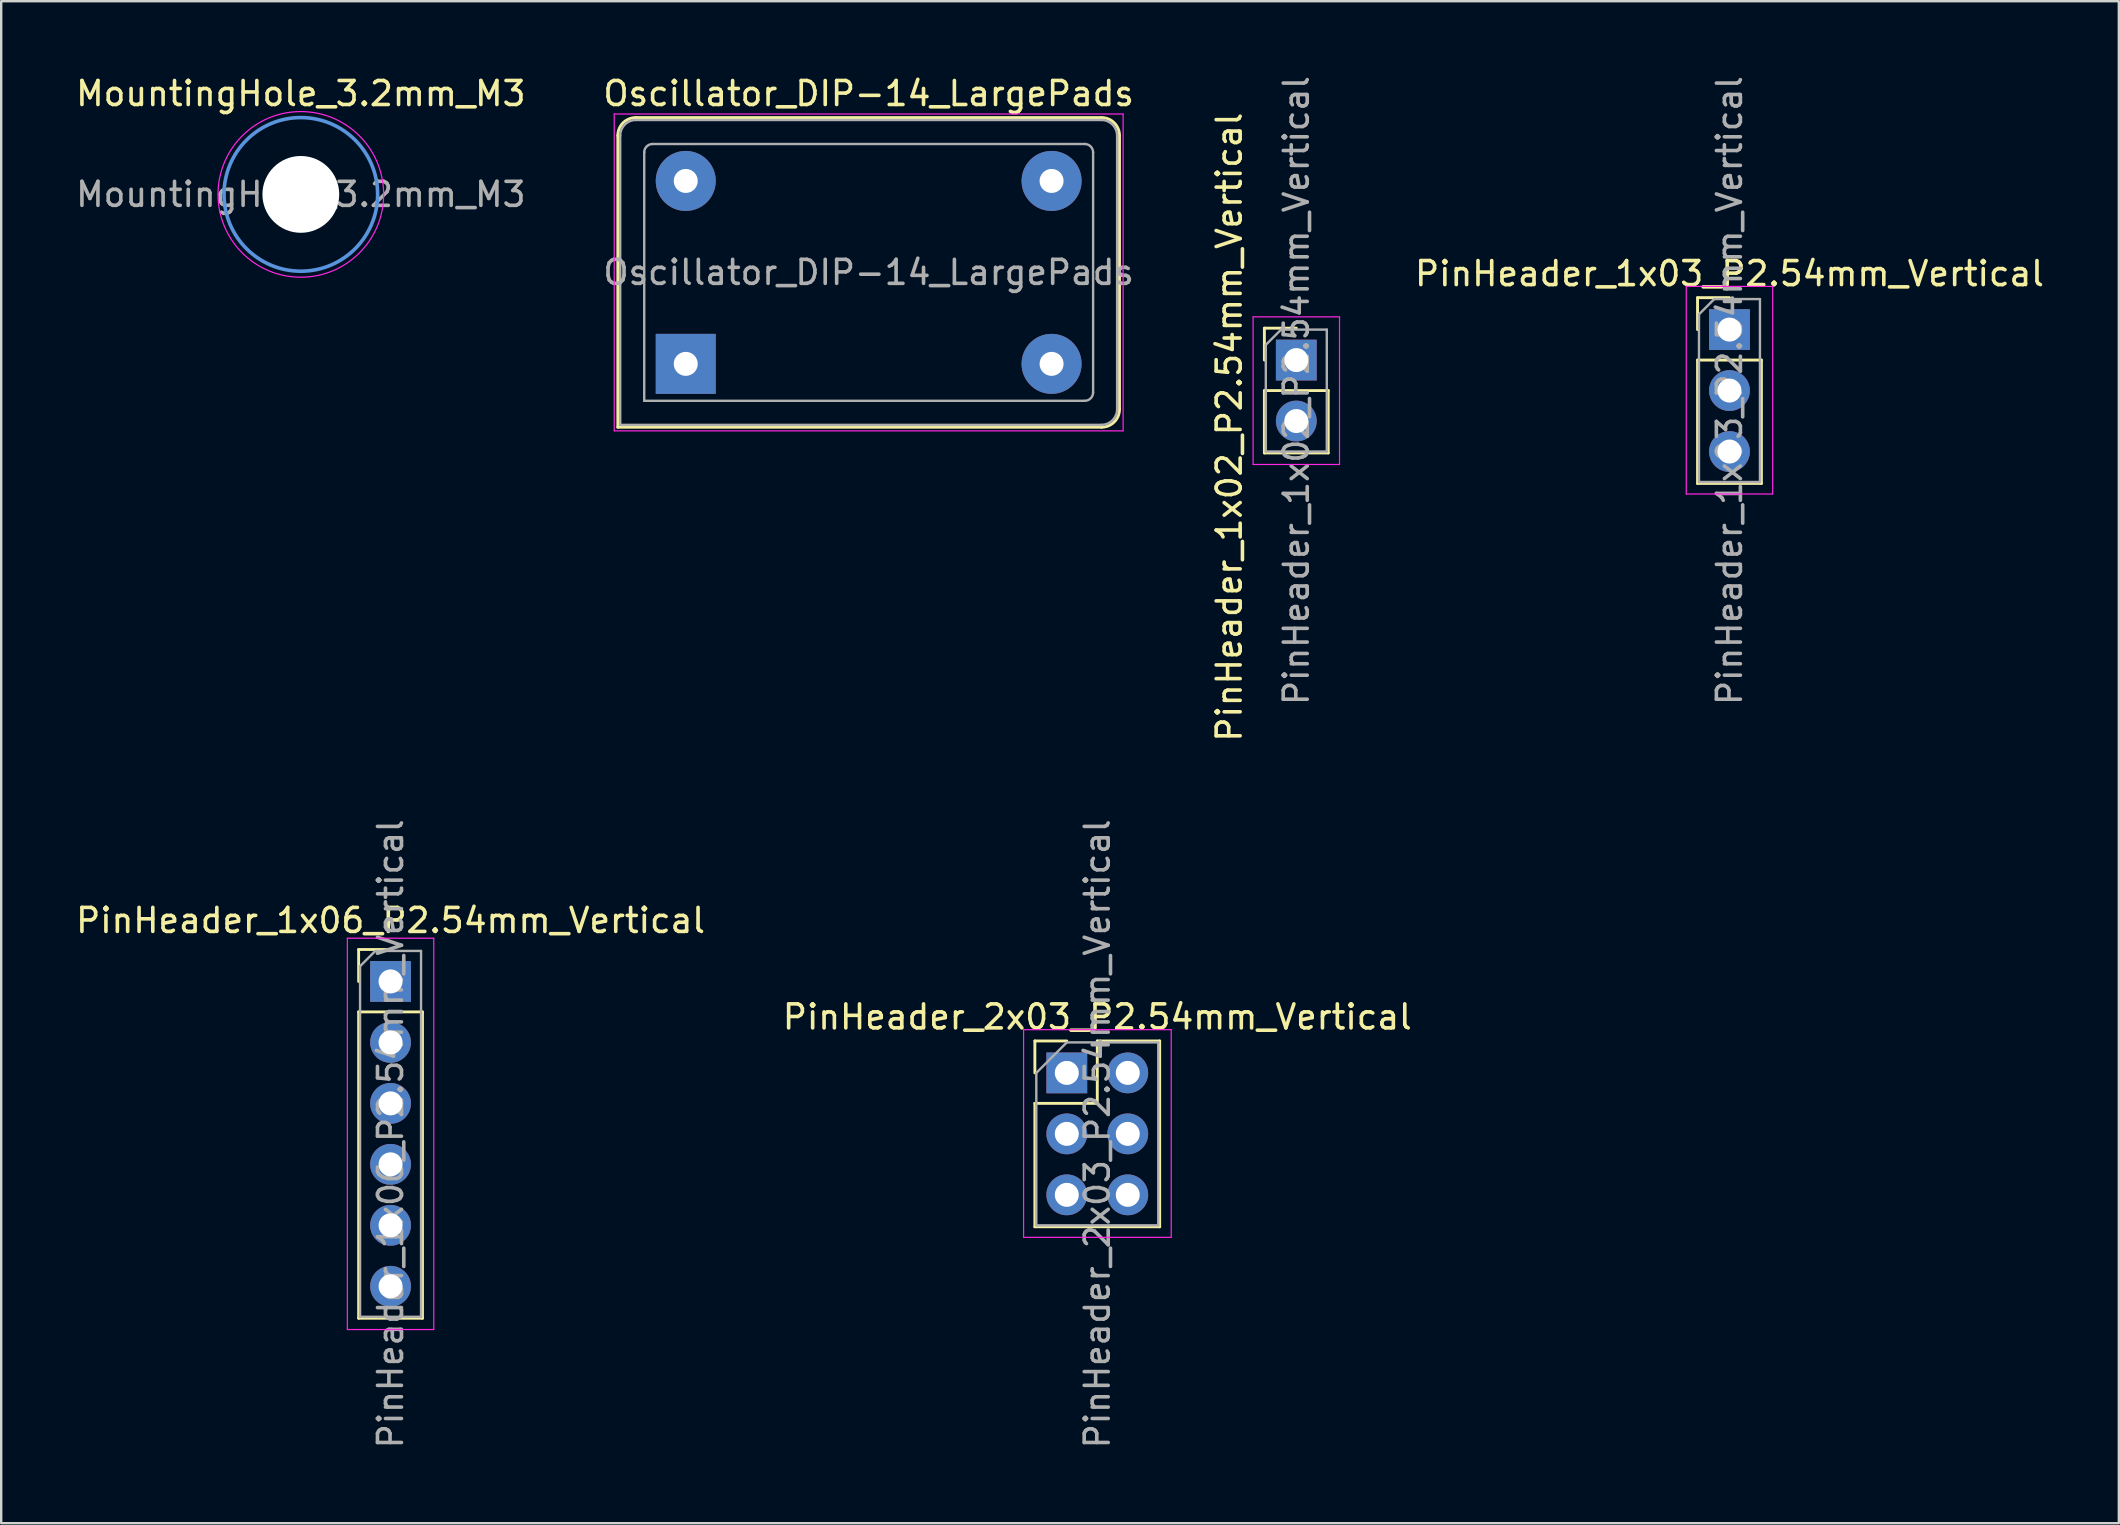
<source format=kicad_pcb>
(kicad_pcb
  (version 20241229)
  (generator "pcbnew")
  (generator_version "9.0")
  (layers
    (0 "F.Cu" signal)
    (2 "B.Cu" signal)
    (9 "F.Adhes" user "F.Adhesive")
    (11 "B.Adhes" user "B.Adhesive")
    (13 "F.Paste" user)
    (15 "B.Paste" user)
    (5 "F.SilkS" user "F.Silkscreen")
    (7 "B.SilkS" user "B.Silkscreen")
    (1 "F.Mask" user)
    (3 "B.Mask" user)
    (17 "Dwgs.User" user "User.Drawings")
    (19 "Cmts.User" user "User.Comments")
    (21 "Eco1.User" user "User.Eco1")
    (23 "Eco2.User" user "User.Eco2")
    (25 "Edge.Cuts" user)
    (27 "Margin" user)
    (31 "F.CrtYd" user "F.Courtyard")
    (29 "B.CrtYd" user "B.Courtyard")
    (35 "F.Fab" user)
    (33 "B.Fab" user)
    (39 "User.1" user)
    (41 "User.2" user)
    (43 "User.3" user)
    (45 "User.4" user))
  (footprint "PinHeader_1x03_P2.54mm_Vertical"
    (layer "F.Cu")
    (at 68.997 10.68)
    (property "Reference" "PinHeader_1x03_P2.54mm_Vertical" (at 0 -2.33 0) (layer "F.SilkS") (effects (font (size 1 1) (thickness 0.15))))
    (attr through_hole)
    (fp_line (start -1.33 -1.33) (end 0 -1.33) (stroke (width 0.12) (type solid)) (layer "F.SilkS"))
    (fp_line (start -1.33 0) (end -1.33 -1.33) (stroke (width 0.12) (type solid)) (layer "F.SilkS"))
    (fp_line (start -1.33 1.27) (end -1.33 6.41) (stroke (width 0.12) (type solid)) (layer "F.SilkS"))
    (fp_line (start -1.33 1.27) (end 1.33 1.27) (stroke (width 0.12) (type solid)) (layer "F.SilkS"))
    (fp_line (start -1.33 6.41) (end 1.33 6.41) (stroke (width 0.12) (type solid)) (layer "F.SilkS"))
    (fp_line (start 1.33 1.27) (end 1.33 6.41) (stroke (width 0.12) (type solid)) (layer "F.SilkS"))
    (fp_line (start -1.8 -1.8) (end -1.8 6.85) (stroke (width 0.05) (type solid)) (layer "F.CrtYd"))
    (fp_line (start -1.8 6.85) (end 1.8 6.85) (stroke (width 0.05) (type solid)) (layer "F.CrtYd"))
    (fp_line (start 1.8 -1.8) (end -1.8 -1.8) (stroke (width 0.05) (type solid)) (layer "F.CrtYd"))
    (fp_line (start 1.8 6.85) (end 1.8 -1.8) (stroke (width 0.05) (type solid)) (layer "F.CrtYd"))
    (fp_line (start -1.27 -0.635) (end -0.635 -1.27) (stroke (width 0.1) (type solid)) (layer "F.Fab"))
    (fp_line (start -1.27 6.35) (end -1.27 -0.635) (stroke (width 0.1) (type solid)) (layer "F.Fab"))
    (fp_line (start -0.635 -1.27) (end 1.27 -1.27) (stroke (width 0.1) (type solid)) (layer "F.Fab"))
    (fp_line (start 1.27 -1.27) (end 1.27 6.35) (stroke (width 0.1) (type solid)) (layer "F.Fab"))
    (fp_line (start 1.27 6.35) (end -1.27 6.35) (stroke (width 0.1) (type solid)) (layer "F.Fab"))
    (fp_text user "${REFERENCE}" (at 0 2.54 90) (layer "F.Fab") (effects (font (size 1 1) (thickness 0.15))))
    (pad "1" thru_hole rect (at 0 0) (size 1.7 1.7) (drill 1) (layers "*.Cu" "*.Mask"))
    (pad "2" thru_hole oval (at 0 2.54) (size 1.7 1.7) (drill 1) (layers "*.Cu" "*.Mask"))
    (pad "3" thru_hole oval (at 0 5.08) (size 1.7 1.7) (drill 1) (layers "*.Cu" "*.Mask")))
  (footprint "PinHeader_2x03_P2.54mm_Vertical"
    (layer "F.Cu")
    (at 41.391 41.645)
    (property "Reference" "PinHeader_2x03_P2.54mm_Vertical" (at 1.27 -2.33 0) (layer "F.SilkS") (effects (font (size 1 1) (thickness 0.15))))
    (attr through_hole)
    (fp_line (start -1.33 -1.33) (end 0 -1.33) (stroke (width 0.12) (type solid)) (layer "F.SilkS"))
    (fp_line (start -1.33 0) (end -1.33 -1.33) (stroke (width 0.12) (type solid)) (layer "F.SilkS"))
    (fp_line (start -1.33 1.27) (end -1.33 6.41) (stroke (width 0.12) (type solid)) (layer "F.SilkS"))
    (fp_line (start -1.33 1.27) (end 1.27 1.27) (stroke (width 0.12) (type solid)) (layer "F.SilkS"))
    (fp_line (start -1.33 6.41) (end 3.87 6.41) (stroke (width 0.12) (type solid)) (layer "F.SilkS"))
    (fp_line (start 1.27 -1.33) (end 3.87 -1.33) (stroke (width 0.12) (type solid)) (layer "F.SilkS"))
    (fp_line (start 1.27 1.27) (end 1.27 -1.33) (stroke (width 0.12) (type solid)) (layer "F.SilkS"))
    (fp_line (start 3.87 -1.33) (end 3.87 6.41) (stroke (width 0.12) (type solid)) (layer "F.SilkS"))
    (fp_line (start -1.8 -1.8) (end -1.8 6.85) (stroke (width 0.05) (type solid)) (layer "F.CrtYd"))
    (fp_line (start -1.8 6.85) (end 4.35 6.85) (stroke (width 0.05) (type solid)) (layer "F.CrtYd"))
    (fp_line (start 4.35 -1.8) (end -1.8 -1.8) (stroke (width 0.05) (type solid)) (layer "F.CrtYd"))
    (fp_line (start 4.35 6.85) (end 4.35 -1.8) (stroke (width 0.05) (type solid)) (layer "F.CrtYd"))
    (fp_line (start -1.27 0) (end 0 -1.27) (stroke (width 0.1) (type solid)) (layer "F.Fab"))
    (fp_line (start -1.27 6.35) (end -1.27 0) (stroke (width 0.1) (type solid)) (layer "F.Fab"))
    (fp_line (start 0 -1.27) (end 3.81 -1.27) (stroke (width 0.1) (type solid)) (layer "F.Fab"))
    (fp_line (start 3.81 -1.27) (end 3.81 6.35) (stroke (width 0.1) (type solid)) (layer "F.Fab"))
    (fp_line (start 3.81 6.35) (end -1.27 6.35) (stroke (width 0.1) (type solid)) (layer "F.Fab"))
    (fp_text user "${REFERENCE}" (at 1.27 2.54 90) (layer "F.Fab") (effects (font (size 1 1) (thickness 0.15))))
    (pad "1" thru_hole rect (at 0 0) (size 1.7 1.7) (drill 1) (layers "*.Cu" "*.Mask"))
    (pad "2" thru_hole oval (at 2.54 0) (size 1.7 1.7) (drill 1) (layers "*.Cu" "*.Mask"))
    (pad "3" thru_hole oval (at 0 2.54) (size 1.7 1.7) (drill 1) (layers "*.Cu" "*.Mask"))
    (pad "4" thru_hole oval (at 2.54 2.54) (size 1.7 1.7) (drill 1) (layers "*.Cu" "*.Mask"))
    (pad "5" thru_hole oval (at 0 5.08) (size 1.7 1.7) (drill 1) (layers "*.Cu" "*.Mask"))
    (pad "6" thru_hole oval (at 2.54 5.08) (size 1.7 1.7) (drill 1) (layers "*.Cu" "*.Mask")))
  (footprint "Oscillator_DIP-14_LargePads"
    (layer "F.Cu")
    (at 25.517 12.108)
    (property "Reference" "Oscillator_DIP-14_LargePads" (at 7.62 -11.26 180) (layer "F.SilkS") (effects (font (size 1 1) (thickness 0.15))))
    (attr through_hole)
    (fp_line (start -2.83 -9.51) (end -2.83 2.64) (stroke (width 0.12) (type solid)) (layer "F.SilkS"))
    (fp_line (start -2.83 2.64) (end 17.32 2.64) (stroke (width 0.12) (type solid)) (layer "F.SilkS"))
    (fp_line (start 17.32 -10.26) (end -2.08 -10.26) (stroke (width 0.12) (type solid)) (layer "F.SilkS"))
    (fp_line (start 18.07 1.89) (end 18.07 -9.51) (stroke (width 0.12) (type solid)) (layer "F.SilkS"))
    (fp_arc (start -2.83 -9.51) (mid -2.61033 -10.04033) (end -2.08 -10.26) (stroke (width 0.12) (type solid)) (layer "F.SilkS"))
    (fp_arc (start 17.32 -10.26) (mid 17.85033 -10.04033) (end 18.07 -9.51) (stroke (width 0.12) (type solid)) (layer "F.SilkS"))
    (fp_arc (start 18.07 1.89) (mid 17.85033 2.42033) (end 17.32 2.64) (stroke (width 0.12) (type solid)) (layer "F.SilkS"))
    (fp_line (start -2.98 -10.41) (end -2.98 2.79) (stroke (width 0.05) (type solid)) (layer "F.CrtYd"))
    (fp_line (start -2.98 2.79) (end 18.22 2.79) (stroke (width 0.05) (type solid)) (layer "F.CrtYd"))
    (fp_line (start 18.22 -10.41) (end -2.98 -10.41) (stroke (width 0.05) (type solid)) (layer "F.CrtYd"))
    (fp_line (start 18.22 2.79) (end 18.22 -10.41) (stroke (width 0.05) (type solid)) (layer "F.CrtYd"))
    (fp_line (start -2.73 2.54) (end -2.73 -9.51) (stroke (width 0.1) (type solid)) (layer "F.Fab"))
    (fp_line (start -2.73 2.54) (end 17.32 2.54) (stroke (width 0.1) (type solid)) (layer "F.Fab"))
    (fp_line (start -2.08 -10.16) (end 17.32 -10.16) (stroke (width 0.1) (type solid)) (layer "F.Fab"))
    (fp_line (start -1.73 1.54) (end -1.73 -8.81) (stroke (width 0.1) (type solid)) (layer "F.Fab"))
    (fp_line (start -1.73 1.54) (end 16.62 1.54) (stroke (width 0.1) (type solid)) (layer "F.Fab"))
    (fp_line (start -1.38 -9.16) (end 16.62 -9.16) (stroke (width 0.1) (type solid)) (layer "F.Fab"))
    (fp_line (start 16.97 1.19) (end 16.97 -8.81) (stroke (width 0.1) (type solid)) (layer "F.Fab"))
    (fp_line (start 17.97 -9.51) (end 17.97 1.89) (stroke (width 0.1) (type solid)) (layer "F.Fab"))
    (fp_arc (start -2.73 -9.51) (mid -2.539619 -9.969619) (end -2.08 -10.16) (stroke (width 0.1) (type solid)) (layer "F.Fab"))
    (fp_arc (start -1.73 -8.81) (mid -1.627487 -9.057487) (end -1.38 -9.16) (stroke (width 0.1) (type solid)) (layer "F.Fab"))
    (fp_arc (start 16.62 -9.16) (mid 16.867487 -9.057487) (end 16.97 -8.81) (stroke (width 0.1) (type solid)) (layer "F.Fab"))
    (fp_arc (start 16.97 1.19) (mid 16.867487 1.437487) (end 16.62 1.54) (stroke (width 0.1) (type solid)) (layer "F.Fab"))
    (fp_arc (start 17.32 -10.16) (mid 17.779619 -9.969619) (end 17.97 -9.51) (stroke (width 0.1) (type solid)) (layer "F.Fab"))
    (fp_arc (start 17.97 1.89) (mid 17.779619 2.349619) (end 17.32 2.54) (stroke (width 0.1) (type solid)) (layer "F.Fab"))
    (fp_text user "${REFERENCE}" (at 7.62 -3.81 180) (layer "F.Fab") (effects (font (size 1 1) (thickness 0.15))))
    (pad "1" thru_hole rect (at 0 0) (size 2.5 2.5) (drill 1) (layers "*.Cu" "*.Mask"))
    (pad "7" thru_hole circle (at 15.24 0) (size 2.5 2.5) (drill 1) (layers "*.Cu" "*.Mask"))
    (pad "8" thru_hole circle (at 15.24 -7.62) (size 2.5 2.5) (drill 1) (layers "*.Cu" "*.Mask"))
    (pad "14" thru_hole circle (at 0 -7.62) (size 2.5 2.5) (drill 1) (layers "*.Cu" "*.Mask")))
  (footprint "PinHeader_1x02_P2.54mm_Vertical"
    (layer "F.Cu")
    (at 50.952 11.95)
    (property "Reference" "PinHeader_1x02_P2.54mm_Vertical" (at -2.794 2.794 90) (layer "F.SilkS") (effects (font (size 1 1) (thickness 0.15))))
    (attr through_hole)
    (fp_line (start -1.33 -1.33) (end 0 -1.33) (stroke (width 0.12) (type solid)) (layer "F.SilkS"))
    (fp_line (start -1.33 0) (end -1.33 -1.33) (stroke (width 0.12) (type solid)) (layer "F.SilkS"))
    (fp_line (start -1.33 1.27) (end -1.33 3.87) (stroke (width 0.12) (type solid)) (layer "F.SilkS"))
    (fp_line (start -1.33 1.27) (end 1.33 1.27) (stroke (width 0.12) (type solid)) (layer "F.SilkS"))
    (fp_line (start -1.33 3.87) (end 1.33 3.87) (stroke (width 0.12) (type solid)) (layer "F.SilkS"))
    (fp_line (start 1.33 1.27) (end 1.33 3.87) (stroke (width 0.12) (type solid)) (layer "F.SilkS"))
    (fp_line (start -1.8 -1.8) (end -1.8 4.35) (stroke (width 0.05) (type solid)) (layer "F.CrtYd"))
    (fp_line (start -1.8 4.35) (end 1.8 4.35) (stroke (width 0.05) (type solid)) (layer "F.CrtYd"))
    (fp_line (start 1.8 -1.8) (end -1.8 -1.8) (stroke (width 0.05) (type solid)) (layer "F.CrtYd"))
    (fp_line (start 1.8 4.35) (end 1.8 -1.8) (stroke (width 0.05) (type solid)) (layer "F.CrtYd"))
    (fp_line (start -1.27 -0.635) (end -0.635 -1.27) (stroke (width 0.1) (type solid)) (layer "F.Fab"))
    (fp_line (start -1.27 3.81) (end -1.27 -0.635) (stroke (width 0.1) (type solid)) (layer "F.Fab"))
    (fp_line (start -0.635 -1.27) (end 1.27 -1.27) (stroke (width 0.1) (type solid)) (layer "F.Fab"))
    (fp_line (start 1.27 -1.27) (end 1.27 3.81) (stroke (width 0.1) (type solid)) (layer "F.Fab"))
    (fp_line (start 1.27 3.81) (end -1.27 3.81) (stroke (width 0.1) (type solid)) (layer "F.Fab"))
    (fp_text user "${REFERENCE}" (at 0 1.27 90) (layer "F.Fab") (effects (font (size 1 1) (thickness 0.15))))
    (pad "1" thru_hole rect (at 0 0) (size 1.7 1.7) (drill 1) (layers "*.Cu" "*.Mask"))
    (pad "2" thru_hole oval (at 0 2.54) (size 1.7 1.7) (drill 1) (layers "*.Cu" "*.Mask")))
  (footprint "MountingHole_3.2mm_M3"
    (layer "F.Cu")
    (at 9.482 5.048)
    (property "Reference" "MountingHole_3.2mm_M3" (at 0 -4.2 0) (layer "F.SilkS") (effects (font (size 1 1) (thickness 0.15))))
    (attr exclude_from_pos_files)
    (fp_circle (center 0 0) (end 3.2 0) (stroke (width 0.15) (type solid)) (fill no) (layer "Cmts.User"))
    (fp_circle (center 0 0) (end 3.45 0) (stroke (width 0.05) (type solid)) (fill no) (layer "F.CrtYd"))
    (fp_text user "${REFERENCE}" (at 0 0 0) (layer "F.Fab") (effects (font (size 1 1) (thickness 0.15))))
    (pad "" np_thru_hole circle (at 0 0) (size 3.2 3.2) (drill 3.2) (layers "*.Cu" "*.Mask")))
  (footprint "PinHeader_1x06_P2.54mm_Vertical"
    (layer "F.Cu")
    (at 13.22 37.835)
    (property "Reference" "PinHeader_1x06_P2.54mm_Vertical" (at 0 -2.54 0) (layer "F.SilkS") (effects (font (size 1 1) (thickness 0.15))))
    (attr through_hole)
    (fp_line (start -1.33 -1.33) (end 0 -1.33) (stroke (width 0.12) (type solid)) (layer "F.SilkS"))
    (fp_line (start -1.33 0) (end -1.33 -1.33) (stroke (width 0.12) (type solid)) (layer "F.SilkS"))
    (fp_line (start -1.33 1.27) (end -1.33 14.03) (stroke (width 0.12) (type solid)) (layer "F.SilkS"))
    (fp_line (start -1.33 1.27) (end 1.33 1.27) (stroke (width 0.12) (type solid)) (layer "F.SilkS"))
    (fp_line (start -1.33 14.03) (end 1.33 14.03) (stroke (width 0.12) (type solid)) (layer "F.SilkS"))
    (fp_line (start 1.33 1.27) (end 1.33 14.03) (stroke (width 0.12) (type solid)) (layer "F.SilkS"))
    (fp_line (start -1.8 -1.8) (end -1.8 14.5) (stroke (width 0.05) (type solid)) (layer "F.CrtYd"))
    (fp_line (start -1.8 14.5) (end 1.8 14.5) (stroke (width 0.05) (type solid)) (layer "F.CrtYd"))
    (fp_line (start 1.8 -1.8) (end -1.8 -1.8) (stroke (width 0.05) (type solid)) (layer "F.CrtYd"))
    (fp_line (start 1.8 14.5) (end 1.8 -1.8) (stroke (width 0.05) (type solid)) (layer "F.CrtYd"))
    (fp_line (start -1.27 -0.635) (end -0.635 -1.27) (stroke (width 0.1) (type solid)) (layer "F.Fab"))
    (fp_line (start -1.27 13.97) (end -1.27 -0.635) (stroke (width 0.1) (type solid)) (layer "F.Fab"))
    (fp_line (start -0.635 -1.27) (end 1.27 -1.27) (stroke (width 0.1) (type solid)) (layer "F.Fab"))
    (fp_line (start 1.27 -1.27) (end 1.27 13.97) (stroke (width 0.1) (type solid)) (layer "F.Fab"))
    (fp_line (start 1.27 13.97) (end -1.27 13.97) (stroke (width 0.1) (type solid)) (layer "F.Fab"))
    (fp_text user "${REFERENCE}" (at 0 6.35 90) (layer "F.Fab") (effects (font (size 1 1) (thickness 0.15))))
    (pad "1" thru_hole rect (at 0 0) (size 1.7 1.7) (drill 1) (layers "*.Cu" "*.Mask"))
    (pad "2" thru_hole oval (at 0 2.54) (size 1.7 1.7) (drill 1) (layers "*.Cu" "*.Mask"))
    (pad "3" thru_hole oval (at 0 5.08) (size 1.7 1.7) (drill 1) (layers "*.Cu" "*.Mask"))
    (pad "4" thru_hole oval (at 0 7.62) (size 1.7 1.7) (drill 1) (layers "*.Cu" "*.Mask"))
    (pad "5" thru_hole oval (at 0 10.16) (size 1.7 1.7) (drill 1) (layers "*.Cu" "*.Mask"))
    (pad "6" thru_hole oval (at 0 12.7) (size 1.7 1.7) (drill 1) (layers "*.Cu" "*.Mask")))
  (gr_rect
    (start -3 -3)
    (end 85.217 60.405)
    (stroke (width 0.1) (type default))
    (fill no)
    (layer "Edge.Cuts")))
</source>
